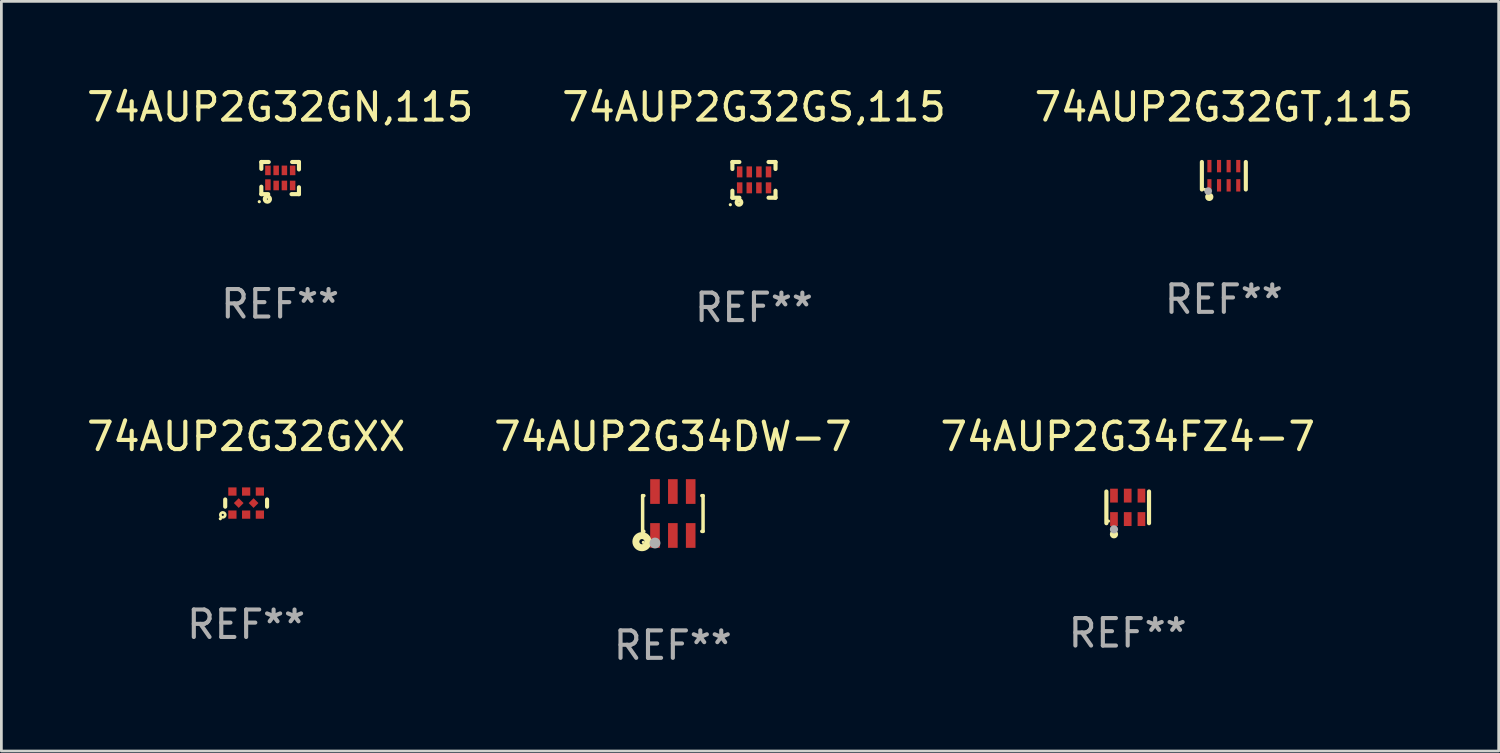
<source format=kicad_pcb>
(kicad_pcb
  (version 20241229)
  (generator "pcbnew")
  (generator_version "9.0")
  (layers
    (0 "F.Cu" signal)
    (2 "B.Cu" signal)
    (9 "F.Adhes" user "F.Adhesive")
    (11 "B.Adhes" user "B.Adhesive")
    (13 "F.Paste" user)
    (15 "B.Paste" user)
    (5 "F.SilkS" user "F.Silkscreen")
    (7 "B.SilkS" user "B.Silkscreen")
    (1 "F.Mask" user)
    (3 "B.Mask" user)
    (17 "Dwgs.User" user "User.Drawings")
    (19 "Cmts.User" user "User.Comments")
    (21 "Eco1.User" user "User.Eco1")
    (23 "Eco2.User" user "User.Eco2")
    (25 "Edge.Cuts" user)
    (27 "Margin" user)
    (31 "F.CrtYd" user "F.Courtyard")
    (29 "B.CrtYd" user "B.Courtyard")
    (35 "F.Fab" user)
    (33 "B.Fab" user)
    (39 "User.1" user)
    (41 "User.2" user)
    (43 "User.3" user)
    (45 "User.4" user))
  (footprint "74AUP2G32GS,115"
    (layer "F.Cu")
    (at 24.399 3.498)
    (property "Reference" "74AUP2G32GS,115" (at 0 -2.65 0) (layer "F.SilkS") (effects (font (size 1 1) (thickness 0.15))))
    (attr through_hole)
    (fp_line (start -0.785 0.65) (end -0.785 0.396) (stroke (width 0.15) (type solid)) (layer "F.SilkS"))
    (fp_line (start -0.785 -0.65) (end -0.531 -0.65) (stroke (width 0.15) (type solid)) (layer "F.SilkS"))
    (fp_line (start -0.785 -0.396) (end -0.785 -0.65) (stroke (width 0.15) (type solid)) (layer "F.SilkS"))
    (fp_line (start -0.531 0.65) (end -0.785 0.65) (stroke (width 0.15) (type solid)) (layer "F.SilkS"))
    (fp_line (start 0.531 -0.65) (end 0.785 -0.65) (stroke (width 0.15) (type solid)) (layer "F.SilkS"))
    (fp_line (start 0.785 -0.65) (end 0.785 -0.396) (stroke (width 0.15) (type solid)) (layer "F.SilkS"))
    (fp_line (start 0.785 0.396) (end 0.785 0.65) (stroke (width 0.15) (type solid)) (layer "F.SilkS"))
    (fp_line (start 0.785 0.65) (end 0.531 0.65) (stroke (width 0.15) (type solid)) (layer "F.SilkS"))
    (fp_circle (center -0.86 0.905) (end -0.83 0.905) (stroke (width 0.06) (type solid)) (fill no) (layer "F.SilkS"))
    (fp_circle (center -0.545 0.82) (end -0.535 0.82) (stroke (width 0.15) (type solid)) (fill no) (layer "F.SilkS"))
    (fp_text user "REF**" (at 0 4.65 0) (layer "F.Fab") (effects (font (size 1 1) (thickness 0.15))))
    (pad "1" smd rect (at -0.52 0.29) (size 0.2 0.4) (layers "F.Cu" "F.Mask" "F.Paste"))
    (pad "2" smd rect (at -0.17 0.29) (size 0.2 0.4) (layers "F.Cu" "F.Mask" "F.Paste"))
    (pad "3" smd rect (at 0.18 0.29) (size 0.2 0.4) (layers "F.Cu" "F.Mask" "F.Paste"))
    (pad "4" smd rect (at 0.53 0.29) (size 0.2 0.4) (layers "F.Cu" "F.Mask" "F.Paste"))
    (pad "5" smd rect (at 0.53 -0.29) (size 0.2 0.4) (layers "F.Cu" "F.Mask" "F.Paste"))
    (pad "6" smd rect (at 0.18 -0.29) (size 0.2 0.4) (layers "F.Cu" "F.Mask" "F.Paste"))
    (pad "7" smd rect (at -0.17 -0.29) (size 0.2 0.4) (layers "F.Cu" "F.Mask" "F.Paste"))
    (pad "8" smd rect (at -0.52 -0.29) (size 0.2 0.4) (layers "F.Cu" "F.Mask" "F.Paste")))
  (footprint "74AUP2G34FZ4-7"
    (layer "F.Cu")
    (at 38.006 15.421)
    (property "Reference" "74AUP2G34FZ4-7" (at 0 -2.576 0) (layer "F.SilkS") (effects (font (size 1 1) (thickness 0.15))))
    (attr through_hole)
    (fp_line (start -0.776 0.576) (end -0.776 -0.576) (stroke (width 0.152) (type solid)) (layer "F.SilkS"))
    (fp_line (start 0.776 0.576) (end 0.776 -0.576) (stroke (width 0.152) (type solid)) (layer "F.SilkS"))
    (fp_circle (center -0.7 0.5) (end -0.67 0.5) (stroke (width 0.06) (type solid)) (fill no) (layer "F.SilkS"))
    (fp_circle (center -0.5 0.98) (end -0.425 0.98) (stroke (width 0.15) (type solid)) (fill no) (layer "F.SilkS"))
    (fp_circle (center -0.5 0.8) (end -0.425 0.8) (stroke (width 0.15) (type solid)) (fill no) (layer "F.Fab"))
    (fp_text user "REF**" (at 0 4.576 0) (layer "F.Fab") (effects (font (size 1 1) (thickness 0.15))))
    (pad "1" smd rect (at -0.5 0.427) (size 0.28 0.505) (layers "F.Cu" "F.Mask" "F.Paste"))
    (pad "2" smd rect (at 0 0.427) (size 0.28 0.505) (layers "F.Cu" "F.Mask" "F.Paste"))
    (pad "3" smd rect (at 0.5 0.427) (size 0.28 0.505) (layers "F.Cu" "F.Mask" "F.Paste"))
    (pad "4" smd rect (at 0.5 -0.427) (size 0.28 0.505) (layers "F.Cu" "F.Mask" "F.Paste"))
    (pad "5" smd rect (at 0 -0.427) (size 0.28 0.505) (layers "F.Cu" "F.Mask" "F.Paste"))
    (pad "6" smd rect (at -0.5 -0.427) (size 0.28 0.505) (layers "F.Cu" "F.Mask" "F.Paste")))
  (footprint "74AUP2G32GXX"
    (layer "F.Cu")
    (at 5.911 15.265)
    (property "Reference" "74AUP2G32GXX" (at 0 -2.42 0) (layer "F.SilkS") (effects (font (size 1 1) (thickness 0.15))))
    (attr through_hole)
    (fp_line (start -0.762 -0.131) (end -0.762 0.131) (stroke (width 0.15) (type solid)) (layer "F.SilkS"))
    (fp_line (start 0.762 -0.131) (end 0.762 0.131) (stroke (width 0.15) (type solid)) (layer "F.SilkS"))
    (fp_circle (center -0.939 0.57) (end -0.909 0.57) (stroke (width 0.06) (type solid)) (fill no) (layer "F.SilkS"))
    (fp_circle (center -0.85 0.43) (end -0.811 0.43) (stroke (width 0.1) (type solid)) (fill no) (layer "F.SilkS"))
    (fp_text user "REF**" (at 0 4.42 0) (layer "F.Fab") (effects (font (size 1 1) (thickness 0.15))))
    (pad "1" smd rect (at -0.5 0.42) (size 0.3 0.3) (layers "F.Cu" "F.Mask" "F.Paste"))
    (pad "2" smd rect (at 0.000127 0.42) (size 0.3 0.3) (layers "F.Cu" "F.Mask" "F.Paste"))
    (pad "3" smd rect (at 0.5 0.42) (size 0.3 0.3) (layers "F.Cu" "F.Mask" "F.Paste"))
    (pad "4" smd rect (at 0.27 0 45) (size 0.25 0.25) (layers "F.Cu" "F.Mask" "F.Paste"))
    (pad "5" smd rect (at 0.5 -0.42) (size 0.3 0.3) (layers "F.Cu" "F.Mask" "F.Paste"))
    (pad "6" smd rect (at 0.000127 -0.42) (size 0.3 0.3) (layers "F.Cu" "F.Mask" "F.Paste"))
    (pad "7" smd rect (at -0.5 -0.42) (size 0.3 0.3) (layers "F.Cu" "F.Mask" "F.Paste"))
    (pad "8" smd rect (at -0.27 0 45) (size 0.25 0.25) (layers "F.Cu" "F.Mask" "F.Paste")))
  (footprint "74AUP2G32GN,115"
    (layer "F.Cu")
    (at 7.149 3.433)
    (property "Reference" "74AUP2G32GN,115" (at 0 -2.585 0) (layer "F.SilkS") (effects (font (size 1 1) (thickness 0.15))))
    (attr through_hole)
    (fp_line (start -0.685 -0.585) (end -0.415 -0.585) (stroke (width 0.15) (type solid)) (layer "F.SilkS"))
    (fp_line (start -0.685 -0.335) (end -0.685 -0.585) (stroke (width 0.15) (type solid)) (layer "F.SilkS"))
    (fp_line (start -0.685 0.585) (end -0.685 0.315) (stroke (width 0.15) (type solid)) (layer "F.SilkS"))
    (fp_line (start -0.435 0.585) (end -0.685 0.585) (stroke (width 0.15) (type solid)) (layer "F.SilkS"))
    (fp_line (start 0.435 -0.585) (end 0.685 -0.585) (stroke (width 0.15) (type solid)) (layer "F.SilkS"))
    (fp_line (start 0.685 -0.585) (end 0.685 -0.315) (stroke (width 0.15) (type solid)) (layer "F.SilkS"))
    (fp_line (start 0.685 0.335) (end 0.685 0.585) (stroke (width 0.15) (type solid)) (layer "F.SilkS"))
    (fp_line (start 0.685 0.585) (end 0.415 0.585) (stroke (width 0.15) (type solid)) (layer "F.SilkS"))
    (fp_circle (center -0.76 0.86) (end -0.73 0.86) (stroke (width 0.06) (type solid)) (fill no) (layer "F.SilkS"))
    (fp_circle (center -0.465 0.765) (end -0.445 0.765) (stroke (width 0.15) (type solid)) (fill no) (layer "F.SilkS"))
    (fp_text user "REF**" (at 0 4.585 0) (layer "F.Fab") (effects (font (size 1 1) (thickness 0.15))))
    (pad "1" smd rect (at -0.445 0.245) (size 0.2 0.4) (layers "F.Cu" "F.Mask" "F.Paste"))
    (pad "2" smd rect (at -0.145 0.27) (size 0.2 0.35) (layers "F.Cu" "F.Mask" "F.Paste"))
    (pad "3" smd rect (at 0.155 0.27) (size 0.2 0.35) (layers "F.Cu" "F.Mask" "F.Paste"))
    (pad "4" smd rect (at 0.455 0.27) (size 0.2 0.35) (layers "F.Cu" "F.Mask" "F.Paste"))
    (pad "5" smd rect (at 0.455 -0.28) (size 0.2 0.35) (layers "F.Cu" "F.Mask" "F.Paste"))
    (pad "6" smd rect (at 0.155 -0.28) (size 0.2 0.35) (layers "F.Cu" "F.Mask" "F.Paste"))
    (pad "7" smd rect (at -0.145 -0.28) (size 0.2 0.35) (layers "F.Cu" "F.Mask" "F.Paste"))
    (pad "8" smd rect (at -0.445 -0.28) (size 0.2 0.35) (layers "F.Cu" "F.Mask" "F.Paste")))
  (footprint "74AUP2G34DW-7"
    (layer "F.Cu")
    (at 21.446 15.645)
    (property "Reference" "74AUP2G34DW-7" (at 0 -2.8 0) (layer "F.SilkS") (effects (font (size 1 1) (thickness 0.15))))
    (attr through_hole)
    (fp_line (start -1.1 -0.65) (end -1.1 0.65) (stroke (width 0.127) (type solid)) (layer "F.SilkS"))
    (fp_line (start -1.1 -0.65) (end -1.056 -0.65) (stroke (width 0.127) (type solid)) (layer "F.SilkS"))
    (fp_line (start -1.1 0.65) (end -1.056 0.65) (stroke (width 0.127) (type solid)) (layer "F.SilkS"))
    (fp_line (start 1.056 -0.65) (end 1.1 -0.65) (stroke (width 0.127) (type solid)) (layer "F.SilkS"))
    (fp_line (start 1.056 0.65) (end 1.1 0.65) (stroke (width 0.127) (type solid)) (layer "F.SilkS"))
    (fp_line (start 1.1 -0.65) (end 1.1 0.65) (stroke (width 0.127) (type solid)) (layer "F.SilkS"))
    (fp_circle (center -1.125 1.025) (end -1.031 1.025) (stroke (width 0.254) (type solid)) (fill no) (layer "F.SilkS"))
    (fp_circle (center -1.075 1.05) (end -1.045 1.05) (stroke (width 0.06) (type solid)) (fill no) (layer "F.SilkS"))
    (fp_circle (center -0.65 1.075) (end -0.55 1.075) (stroke (width 0.2) (type solid)) (fill no) (layer "F.Fab"))
    (fp_text user "REF**" (at 0 4.8 0) (layer "F.Fab") (effects (font (size 1 1) (thickness 0.15))))
    (pad "1" smd rect (at -0.65 0.8) (size 0.35 0.9) (layers "F.Cu" "F.Mask" "F.Paste"))
    (pad "2" smd rect (at 0.000025 0.8) (size 0.35 0.9) (layers "F.Cu" "F.Mask" "F.Paste"))
    (pad "3" smd rect (at 0.65 0.8) (size 0.35 0.9) (layers "F.Cu" "F.Mask" "F.Paste"))
    (pad "4" smd rect (at 0.65 -0.8) (size 0.35 0.9) (layers "F.Cu" "F.Mask" "F.Paste"))
    (pad "5" smd rect (at 0.000025 -0.8) (size 0.35 0.9) (layers "F.Cu" "F.Mask" "F.Paste"))
    (pad "6" smd rect (at -0.65 -0.8) (size 0.35 0.9) (layers "F.Cu" "F.Mask" "F.Paste")))
  (footprint "74AUP2G32GT,115"
    (layer "F.Cu")
    (at 41.506 3.348)
    (property "Reference" "74AUP2G32GT,115" (at 0 -2.5 0) (layer "F.SilkS") (effects (font (size 1 1) (thickness 0.15))))
    (attr through_hole)
    (fp_line (start -0.8 -0.5) (end -0.8 0.5) (stroke (width 0.15) (type solid)) (layer "F.SilkS"))
    (fp_line (start 0.8 -0.5) (end 0.8 0.5) (stroke (width 0.15) (type solid)) (layer "F.SilkS"))
    (fp_circle (center -0.7 0.5) (end -0.67 0.5) (stroke (width 0.06) (type solid)) (fill no) (layer "F.SilkS"))
    (fp_circle (center -0.53 0.77) (end -0.454 0.77) (stroke (width 0.15) (type solid)) (fill no) (layer "F.SilkS"))
    (fp_circle (center -0.57 0.56) (end -0.5 0.56) (stroke (width 0.14) (type solid)) (fill no) (layer "F.Fab"))
    (fp_text user "REF**" (at 0 4.5 0) (layer "F.Fab") (effects (font (size 1 1) (thickness 0.15))))
    (pad "1" smd rect (at -0.525 0.35) (size 0.15 0.45) (layers "F.Cu" "F.Mask" "F.Paste"))
    (pad "2" smd rect (at -0.175 0.35) (size 0.15 0.45) (layers "F.Cu" "F.Mask" "F.Paste"))
    (pad "3" smd rect (at 0.175 0.35) (size 0.15 0.45) (layers "F.Cu" "F.Mask" "F.Paste"))
    (pad "4" smd rect (at 0.525 0.35) (size 0.15 0.45) (layers "F.Cu" "F.Mask" "F.Paste"))
    (pad "5" smd rect (at 0.525 -0.35) (size 0.15 0.45) (layers "F.Cu" "F.Mask" "F.Paste"))
    (pad "6" smd rect (at 0.175 -0.35) (size 0.15 0.45) (layers "F.Cu" "F.Mask" "F.Paste"))
    (pad "7" smd rect (at -0.175 -0.35) (size 0.15 0.45) (layers "F.Cu" "F.Mask" "F.Paste"))
    (pad "8" smd rect (at -0.525 -0.35) (size 0.15 0.45) (layers "F.Cu" "F.Mask" "F.Paste")))
  (gr_rect
    (start -3 -3)
    (end 51.512 24.293)
    (stroke (width 0.1) (type default))
    (fill no)
    (layer "Edge.Cuts")))
</source>
